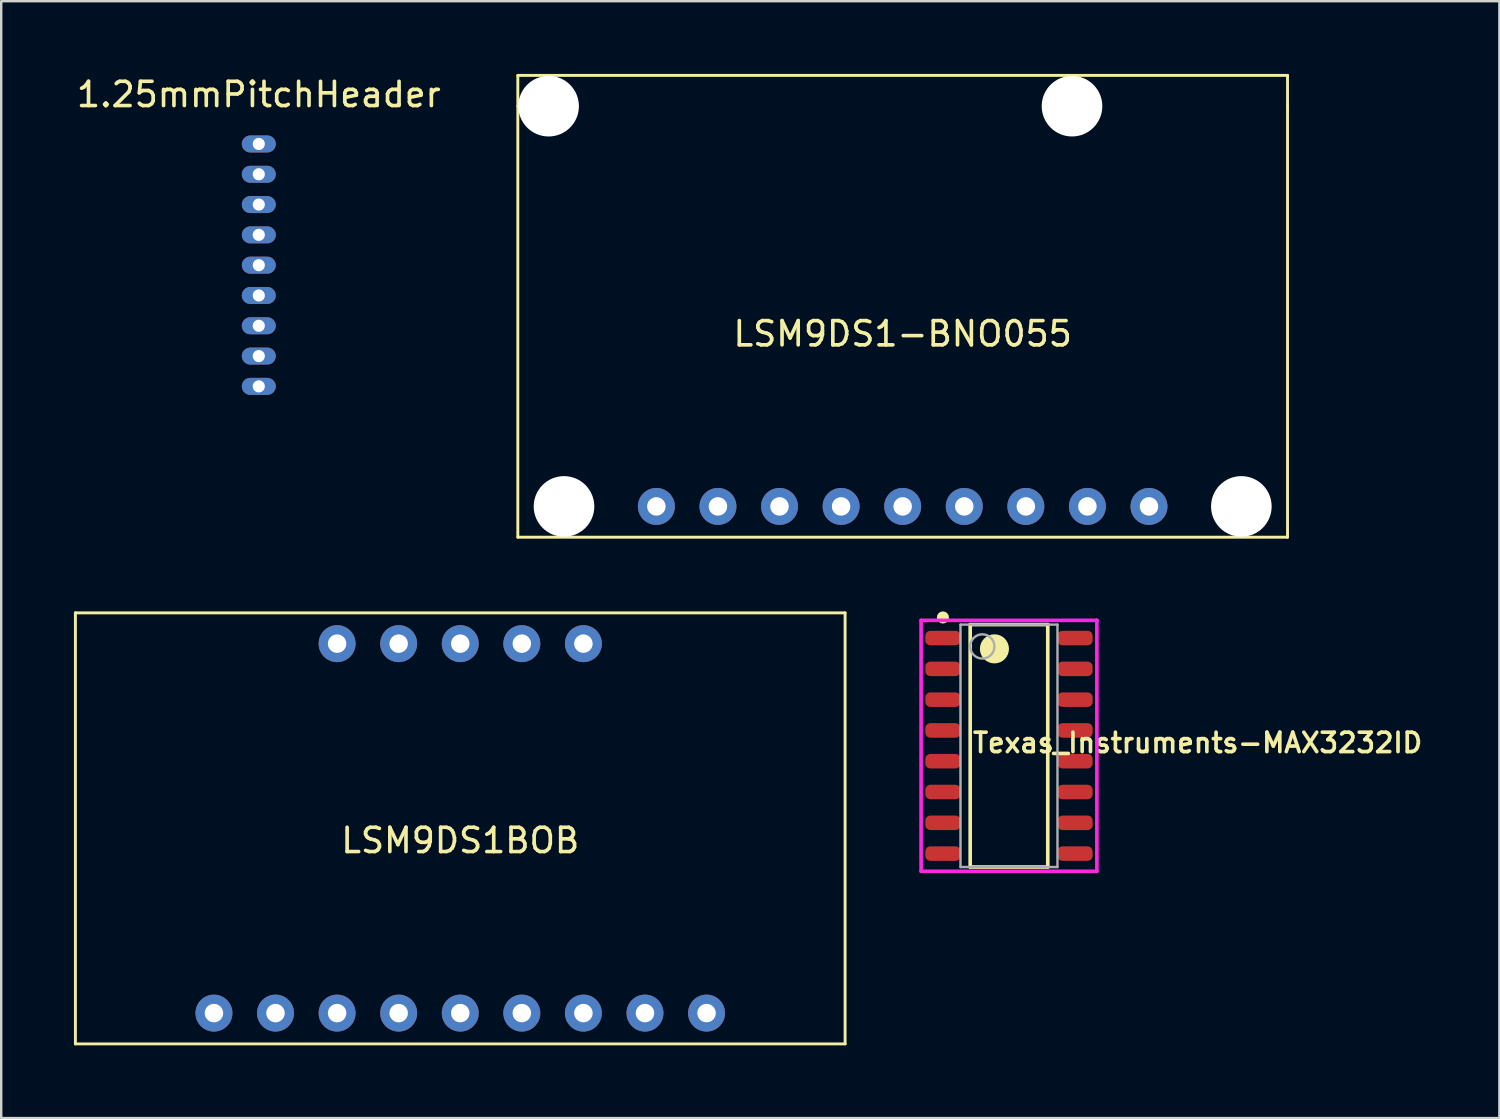
<source format=kicad_pcb>
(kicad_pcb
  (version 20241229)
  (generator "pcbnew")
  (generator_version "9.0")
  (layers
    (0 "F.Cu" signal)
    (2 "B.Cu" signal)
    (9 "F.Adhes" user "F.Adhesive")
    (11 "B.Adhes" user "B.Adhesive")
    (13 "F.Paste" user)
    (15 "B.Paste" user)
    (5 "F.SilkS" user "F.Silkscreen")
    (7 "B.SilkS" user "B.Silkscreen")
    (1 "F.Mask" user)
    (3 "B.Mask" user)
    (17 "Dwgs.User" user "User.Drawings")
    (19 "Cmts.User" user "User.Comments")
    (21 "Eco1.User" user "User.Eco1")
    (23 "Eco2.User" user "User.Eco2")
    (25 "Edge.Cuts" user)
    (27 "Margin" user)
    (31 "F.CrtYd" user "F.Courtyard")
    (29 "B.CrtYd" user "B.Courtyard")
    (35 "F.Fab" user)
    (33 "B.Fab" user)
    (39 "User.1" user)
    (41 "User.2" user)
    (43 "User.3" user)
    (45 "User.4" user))
  (footprint "1.25mmPitchHeader"
    (layer "F.Cu")
    (at 7.625 2.888)
    (property "Reference" "1.25mmPitchHeader" (at 0 -2.04 0) (layer "F.SilkS") (effects (font (size 1 1) (thickness 0.15))))
    (attr through_hole)
    (pad "1" thru_hole oval (at 0 0) (size 1.4 0.7) (drill 0.5) (layers "*.Cu" "*.Mask"))
    (pad "2" thru_hole oval (at 0 1.25) (size 1.4 0.7) (drill 0.5) (layers "*.Cu" "*.Mask"))
    (pad "3" thru_hole oval (at 0 2.5) (size 1.4 0.7) (drill 0.5) (layers "*.Cu" "*.Mask"))
    (pad "4" thru_hole oval (at 0 3.75) (size 1.4 0.7) (drill 0.5) (layers "*.Cu" "*.Mask"))
    (pad "5" thru_hole oval (at 0 5) (size 1.4 0.7) (drill 0.5) (layers "*.Cu" "*.Mask"))
    (pad "6" thru_hole oval (at 0 6.25) (size 1.4 0.7) (drill 0.5) (layers "*.Cu" "*.Mask"))
    (pad "7" thru_hole oval (at 0 7.5) (size 1.4 0.7) (drill 0.5) (layers "*.Cu" "*.Mask"))
    (pad "8" thru_hole oval (at 0 8.75) (size 1.4 0.7) (drill 0.5) (layers "*.Cu" "*.Mask"))
    (pad "9" thru_hole oval (at 0 10) (size 1.4 0.7) (drill 0.5) (layers "*.Cu" "*.Mask")))
  (footprint "LSM9DS1-BNO055"
    (layer "F.Cu")
    (at 34.185 10.22)
    (property "Reference" "LSM9DS1-BNO055" (at 0 0.5 0) (layer "F.SilkS") (effects (font (size 1 1) (thickness 0.15))))
    (attr through_hole)
    (fp_line (start -15.875 -10.16) (end 15.875 -10.16) (stroke (width 0.12) (type solid)) (layer "F.SilkS"))
    (fp_line (start -15.875 -8.89) (end -15.875 -10.16) (stroke (width 0.12) (type solid)) (layer "F.SilkS"))
    (fp_line (start -15.875 8.89) (end -15.875 -8.89) (stroke (width 0.12) (type solid)) (layer "F.SilkS"))
    (fp_line (start 15.875 -8.89) (end 15.875 -10.16) (stroke (width 0.12) (type solid)) (layer "F.SilkS"))
    (fp_line (start 15.875 -8.89) (end 15.875 8.89) (stroke (width 0.12) (type solid)) (layer "F.SilkS"))
    (fp_line (start 15.875 8.89) (end -15.875 8.89) (stroke (width 0.12) (type solid)) (layer "F.SilkS"))
    (pad "" np_thru_hole circle (at -14.605 -8.89) (size 2.5 2.5) (drill 2.5) (layers "*.Cu" "*.Mask"))
    (pad "" np_thru_hole circle (at -13.97 7.62) (size 2.5 2.5) (drill 2.5) (layers "*.Cu" "*.Mask"))
    (pad "" np_thru_hole circle (at 6.985 -8.89) (size 2.5 2.5) (drill 2.5) (layers "*.Cu" "*.Mask"))
    (pad "" np_thru_hole circle (at 13.97 7.62) (size 2.5 2.5) (drill 2.5) (layers "*.Cu" "*.Mask"))
    (pad "1" thru_hole circle (at -10.16 7.62) (size 1.524 1.524) (drill 0.762) (layers "*.Cu" "*.Mask"))
    (pad "2" thru_hole circle (at -7.62 7.62) (size 1.524 1.524) (drill 0.762) (layers "*.Cu" "*.Mask"))
    (pad "3" thru_hole circle (at -5.08 7.62) (size 1.524 1.524) (drill 0.762) (layers "*.Cu" "*.Mask"))
    (pad "4" thru_hole circle (at -2.54 7.62) (size 1.524 1.524) (drill 0.762) (layers "*.Cu" "*.Mask"))
    (pad "5" thru_hole circle (at 0 7.62) (size 1.524 1.524) (drill 0.762) (layers "*.Cu" "*.Mask"))
    (pad "6" thru_hole circle (at 2.54 7.62) (size 1.524 1.524) (drill 0.762) (layers "*.Cu" "*.Mask"))
    (pad "7" thru_hole circle (at 5.08 7.62) (size 1.524 1.524) (drill 0.762) (layers "*.Cu" "*.Mask"))
    (pad "8" thru_hole circle (at 7.62 7.62) (size 1.524 1.524) (drill 0.762) (layers "*.Cu" "*.Mask"))
    (pad "9" thru_hole circle (at 10.16 7.62) (size 1.524 1.524) (drill 0.762) (layers "*.Cu" "*.Mask")))
  (footprint "LSM9DS1BOB"
    (layer "F.Cu")
    (at 15.935 31.12)
    (property "Reference" "LSM9DS1BOB" (at 0 0.5 0) (layer "F.SilkS") (effects (font (size 1 1) (thickness 0.15))))
    (attr through_hole)
    (fp_line (start -15.875 -8.89) (end 15.875 -8.89) (stroke (width 0.12) (type solid)) (layer "F.SilkS"))
    (fp_line (start -15.875 8.89) (end -15.875 -8.89) (stroke (width 0.12) (type solid)) (layer "F.SilkS"))
    (fp_line (start 15.875 -8.89) (end 15.875 8.89) (stroke (width 0.12) (type solid)) (layer "F.SilkS"))
    (fp_line (start 15.875 8.89) (end -15.875 8.89) (stroke (width 0.12) (type solid)) (layer "F.SilkS"))
    (pad "1" thru_hole circle (at -5.08 -7.62) (size 1.524 1.524) (drill 0.762) (layers "*.Cu" "*.Mask"))
    (pad "2" thru_hole circle (at -2.54 -7.62) (size 1.524 1.524) (drill 0.762) (layers "*.Cu" "*.Mask"))
    (pad "3" thru_hole circle (at 0 -7.62) (size 1.524 1.524) (drill 0.762) (layers "*.Cu" "*.Mask"))
    (pad "4" thru_hole circle (at 2.54 -7.62) (size 1.524 1.524) (drill 0.762) (layers "*.Cu" "*.Mask"))
    (pad "5" thru_hole circle (at 5.08 -7.62) (size 1.524 1.524) (drill 0.762) (layers "*.Cu" "*.Mask"))
    (pad "6" thru_hole circle (at 10.16 7.62) (size 1.524 1.524) (drill 0.762) (layers "*.Cu" "*.Mask"))
    (pad "7" thru_hole circle (at 7.62 7.62) (size 1.524 1.524) (drill 0.762) (layers "*.Cu" "*.Mask"))
    (pad "8" thru_hole circle (at 5.08 7.62) (size 1.524 1.524) (drill 0.762) (layers "*.Cu" "*.Mask"))
    (pad "9" thru_hole circle (at 2.54 7.62) (size 1.524 1.524) (drill 0.762) (layers "*.Cu" "*.Mask"))
    (pad "10" thru_hole circle (at 0 7.62) (size 1.524 1.524) (drill 0.762) (layers "*.Cu" "*.Mask"))
    (pad "11" thru_hole circle (at -2.54 7.62) (size 1.524 1.524) (drill 0.762) (layers "*.Cu" "*.Mask"))
    (pad "12" thru_hole circle (at -5.08 7.62) (size 1.524 1.524) (drill 0.762) (layers "*.Cu" "*.Mask"))
    (pad "13" thru_hole circle (at -7.62 7.62) (size 1.524 1.524) (drill 0.762) (layers "*.Cu" "*.Mask"))
    (pad "14" thru_hole circle (at -10.16 7.62) (size 1.524 1.524) (drill 0.762) (layers "*.Cu" "*.Mask")))
  (footprint "Texas_Instruments-MAX3232ID"
    (layer "F.Cu")
    (at 38.57 27.715)
    (property "Reference" "Texas_Instruments-MAX3232ID" (at -1.575 -0.125 0) (layer "F.SilkS") (effects (font (size 0.8 0.8) (thickness 0.15)) (justify left)))
    (attr through_hole)
    (fp_line (start -1.6 -5) (end 1.6 -5) (stroke (width 0.15) (type solid)) (layer "F.SilkS"))
    (fp_line (start -1.6 5) (end -1.6 -5) (stroke (width 0.15) (type solid)) (layer "F.SilkS"))
    (fp_line (start -1.6 5) (end 1.6 5) (stroke (width 0.15) (type solid)) (layer "F.SilkS"))
    (fp_line (start 1.6 5) (end 1.6 -5) (stroke (width 0.15) (type solid)) (layer "F.SilkS"))
    (fp_circle (center -2.725 -5.295) (end -2.6 -5.295) (stroke (width 0.25) (type solid)) (fill no) (layer "F.SilkS"))
    (fp_circle (center -0.6 -4) (end -0.3 -4) (stroke (width 0.6) (type solid)) (fill no) (layer "F.SilkS"))
    (fp_line (start -3.625 -5.175) (end -3.625 5.175) (stroke (width 0.15) (type solid)) (layer "F.CrtYd"))
    (fp_line (start -3.625 5.175) (end 3.625 5.175) (stroke (width 0.15) (type solid)) (layer "F.CrtYd"))
    (fp_line (start 3.625 -5.175) (end -3.625 -5.175) (stroke (width 0.15) (type solid)) (layer "F.CrtYd"))
    (fp_line (start 3.625 -5.175) (end 3.625 -5.175) (stroke (width 0.15) (type solid)) (layer "F.CrtYd"))
    (fp_line (start 3.625 5.175) (end 3.625 -5.175) (stroke (width 0.15) (type solid)) (layer "F.CrtYd"))
    (fp_line (start -2 -5) (end 2 -5) (stroke (width 0.1) (type solid)) (layer "F.Fab"))
    (fp_line (start -2 5) (end -2 -5) (stroke (width 0.1) (type solid)) (layer "F.Fab"))
    (fp_line (start -2 5) (end 2 5) (stroke (width 0.1) (type solid)) (layer "F.Fab"))
    (fp_line (start 2 5) (end 2 -5) (stroke (width 0.1) (type solid)) (layer "F.Fab"))
    (fp_circle (center -1.1 -4.1) (end -0.6 -4.1) (stroke (width 0.1) (type solid)) (fill no) (layer "F.Fab"))
    (pad "1" smd roundrect (at -2.725 -4.445 270) (size 0.6 1.45) (layers "F.Cu" "F.Mask" "F.Paste") (roundrect_rratio 0.34))
    (pad "2" smd roundrect (at -2.725 -3.175 270) (size 0.6 1.45) (layers "F.Cu" "F.Mask" "F.Paste") (roundrect_rratio 0.34))
    (pad "3" smd roundrect (at -2.725 -1.905 270) (size 0.6 1.45) (layers "F.Cu" "F.Mask" "F.Paste") (roundrect_rratio 0.34))
    (pad "4" smd roundrect (at -2.725 -0.635 270) (size 0.6 1.45) (layers "F.Cu" "F.Mask" "F.Paste") (roundrect_rratio 0.34))
    (pad "5" smd roundrect (at -2.725 0.635 270) (size 0.6 1.45) (layers "F.Cu" "F.Mask" "F.Paste") (roundrect_rratio 0.34))
    (pad "6" smd roundrect (at -2.725 1.905 270) (size 0.6 1.45) (layers "F.Cu" "F.Mask" "F.Paste") (roundrect_rratio 0.34))
    (pad "7" smd roundrect (at -2.725 3.175 270) (size 0.6 1.45) (layers "F.Cu" "F.Mask" "F.Paste") (roundrect_rratio 0.34))
    (pad "8" smd roundrect (at -2.725 4.445 270) (size 0.6 1.45) (layers "F.Cu" "F.Mask" "F.Paste") (roundrect_rratio 0.34))
    (pad "9" smd roundrect (at 2.725 4.445 270) (size 0.6 1.45) (layers "F.Cu" "F.Mask" "F.Paste") (roundrect_rratio 0.34))
    (pad "10" smd roundrect (at 2.725 3.175 270) (size 0.6 1.45) (layers "F.Cu" "F.Mask" "F.Paste") (roundrect_rratio 0.34))
    (pad "11" smd roundrect (at 2.725 1.905 270) (size 0.6 1.45) (layers "F.Cu" "F.Mask" "F.Paste") (roundrect_rratio 0.34))
    (pad "12" smd roundrect (at 2.725 0.635 270) (size 0.6 1.45) (layers "F.Cu" "F.Mask" "F.Paste") (roundrect_rratio 0.34))
    (pad "13" smd roundrect (at 2.725 -0.635 270) (size 0.6 1.45) (layers "F.Cu" "F.Mask" "F.Paste") (roundrect_rratio 0.34))
    (pad "14" smd roundrect (at 2.725 -1.905 270) (size 0.6 1.45) (layers "F.Cu" "F.Mask" "F.Paste") (roundrect_rratio 0.34))
    (pad "15" smd roundrect (at 2.725 -3.175 270) (size 0.6 1.45) (layers "F.Cu" "F.Mask" "F.Paste") (roundrect_rratio 0.34))
    (pad "16" smd roundrect (at 2.725 -4.445 270) (size 0.6 1.45) (layers "F.Cu" "F.Mask" "F.Paste") (roundrect_rratio 0.34)))
  (gr_rect
    (start -3 -3)
    (end 58.799 43.07)
    (stroke (width 0.1) (type default))
    (fill no)
    (layer "Edge.Cuts")))
</source>
